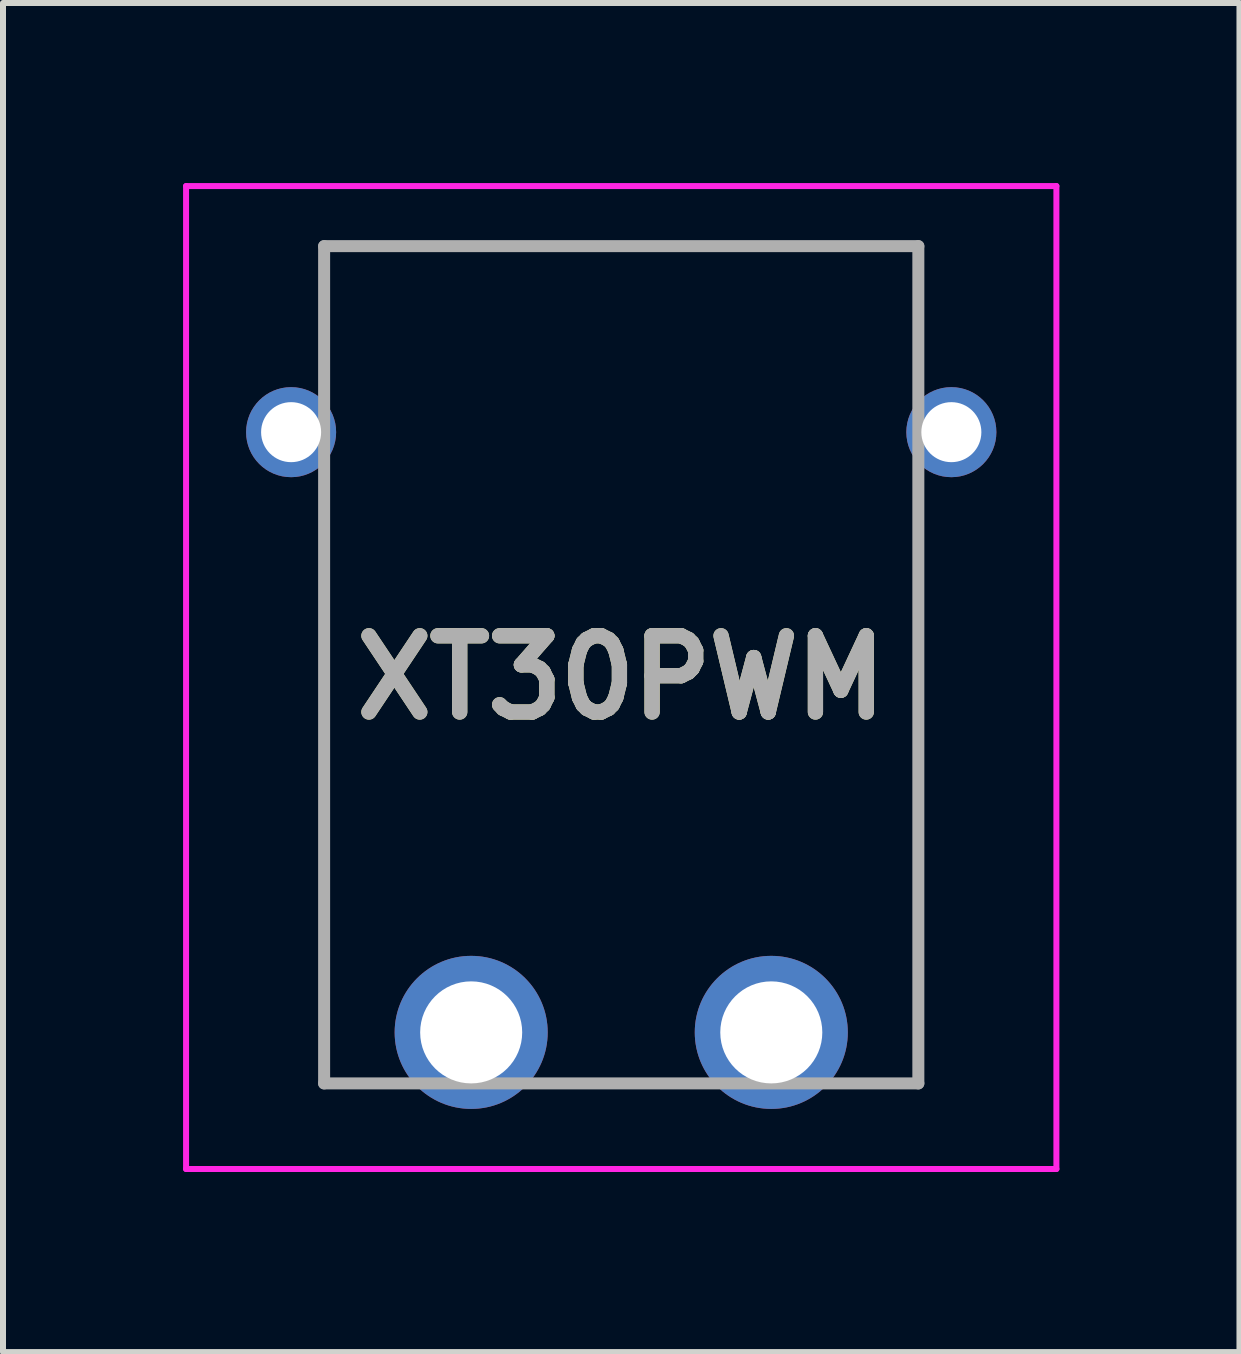
<source format=kicad_pcb>
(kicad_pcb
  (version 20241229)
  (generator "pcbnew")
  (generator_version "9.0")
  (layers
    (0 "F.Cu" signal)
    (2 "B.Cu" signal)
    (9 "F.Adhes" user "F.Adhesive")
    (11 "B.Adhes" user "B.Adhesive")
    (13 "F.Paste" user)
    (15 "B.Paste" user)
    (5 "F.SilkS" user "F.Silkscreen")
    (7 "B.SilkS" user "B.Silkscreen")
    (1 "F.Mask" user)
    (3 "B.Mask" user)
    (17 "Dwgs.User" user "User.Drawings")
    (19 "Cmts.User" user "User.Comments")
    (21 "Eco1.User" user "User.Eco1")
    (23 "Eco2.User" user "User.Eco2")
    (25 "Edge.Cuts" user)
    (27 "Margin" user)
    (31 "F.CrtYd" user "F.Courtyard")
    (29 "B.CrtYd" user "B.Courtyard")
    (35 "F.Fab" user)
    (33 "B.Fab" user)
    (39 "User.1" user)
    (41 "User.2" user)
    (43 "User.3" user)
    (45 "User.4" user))
  (footprint "XT30PWM"
    (layer "F.Cu")
    (at 7.3 8.238)
    (property "Reference" "XT30PWM" (at 0 0 0) (layer "F.SilkS") (effects (font (size 1.27 1.27) (thickness 0.254))))
    (attr through_hole)
    (fp_line (start -4.95 -7.187) (end 4.95 -7.187) (stroke (width 0.1) (type solid)) (layer "F.SilkS"))
    (fp_line (start -4.95 -5.237) (end -4.95 -7.187) (stroke (width 0.1) (type solid)) (layer "F.SilkS"))
    (fp_line (start -4.95 -2.737) (end -4.95 6.762) (stroke (width 0.1) (type solid)) (layer "F.SilkS"))
    (fp_line (start -4.95 6.762) (end -4 6.762) (stroke (width 0.1) (type solid)) (layer "F.SilkS"))
    (fp_line (start 4 6.762) (end 4.95 6.762) (stroke (width 0.1) (type solid)) (layer "F.SilkS"))
    (fp_line (start 4.95 -7.187) (end 4.95 -5.237) (stroke (width 0.1) (type solid)) (layer "F.SilkS"))
    (fp_line (start 4.95 6.762) (end 4.95 -2.737) (stroke (width 0.1) (type solid)) (layer "F.SilkS"))
    (fp_line (start -7.25 -8.188) (end 7.25 -8.188) (stroke (width 0.1) (type solid)) (layer "F.CrtYd"))
    (fp_line (start -7.25 8.188) (end -7.25 -8.188) (stroke (width 0.1) (type solid)) (layer "F.CrtYd"))
    (fp_line (start 7.25 -8.188) (end 7.25 8.188) (stroke (width 0.1) (type solid)) (layer "F.CrtYd"))
    (fp_line (start 7.25 8.188) (end -7.25 8.188) (stroke (width 0.1) (type solid)) (layer "F.CrtYd"))
    (fp_line (start -4.95 -7.187) (end 4.95 -7.187) (stroke (width 0.2) (type solid)) (layer "F.Fab"))
    (fp_line (start -4.95 6.762) (end -4.95 -7.187) (stroke (width 0.2) (type solid)) (layer "F.Fab"))
    (fp_line (start 4.95 -7.187) (end 4.95 6.762) (stroke (width 0.2) (type solid)) (layer "F.Fab"))
    (fp_line (start 4.95 6.762) (end -4.95 6.762) (stroke (width 0.2) (type solid)) (layer "F.Fab"))
    (fp_text user "${REFERENCE}" (at 0 0 0) (layer "F.Fab") (effects (font (size 1.27 1.27) (thickness 0.254))))
    (pad "1" thru_hole circle (at -2.5 5.912) (size 2.55 2.55) (drill 1.7) (layers "*.Cu" "*.Mask"))
    (pad "2" thru_hole circle (at 2.5 5.912) (size 2.55 2.55) (drill 1.7) (layers "*.Cu" "*.Mask"))
    (pad "3" thru_hole circle (at 5.5 -4.088) (size 1.5 1.5) (drill 1) (layers "*.Cu" "*.Mask"))
    (pad "4" thru_hole circle (at -5.5 -4.088) (size 1.5 1.5) (drill 1) (layers "*.Cu" "*.Mask")))
  (gr_rect
    (start -3 -3)
    (end 17.6 19.476)
    (stroke (width 0.1) (type default))
    (fill no)
    (layer "Edge.Cuts")))
</source>
